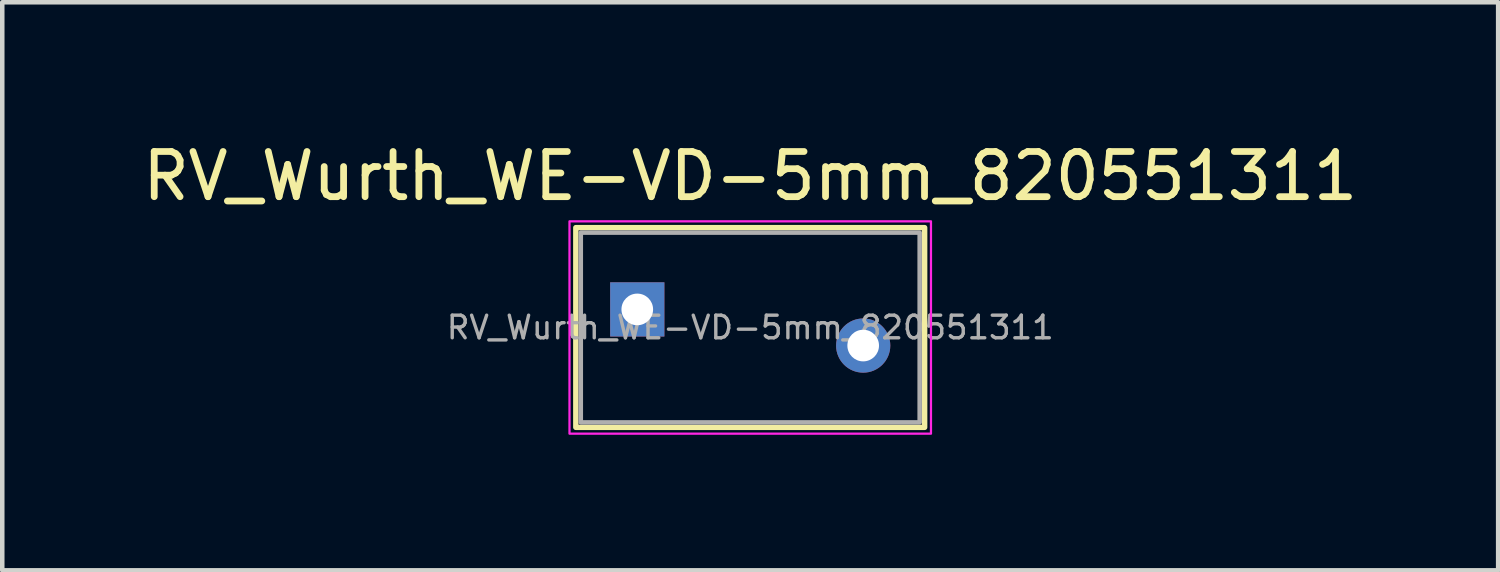
<source format=kicad_pcb>
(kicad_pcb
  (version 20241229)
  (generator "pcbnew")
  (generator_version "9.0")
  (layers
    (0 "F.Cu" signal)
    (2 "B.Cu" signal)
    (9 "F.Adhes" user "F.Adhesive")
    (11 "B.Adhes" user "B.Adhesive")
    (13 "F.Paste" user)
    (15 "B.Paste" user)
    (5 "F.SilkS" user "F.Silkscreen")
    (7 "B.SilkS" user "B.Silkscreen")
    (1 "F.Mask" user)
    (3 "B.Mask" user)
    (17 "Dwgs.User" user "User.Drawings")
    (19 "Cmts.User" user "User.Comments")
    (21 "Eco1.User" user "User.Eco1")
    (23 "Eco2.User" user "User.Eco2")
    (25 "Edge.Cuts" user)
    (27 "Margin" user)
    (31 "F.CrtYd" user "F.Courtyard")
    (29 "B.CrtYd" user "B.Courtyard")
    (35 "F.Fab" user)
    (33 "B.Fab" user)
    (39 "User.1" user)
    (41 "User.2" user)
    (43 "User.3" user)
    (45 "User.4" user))
  (footprint "RV_Wurth_WE-VD-5mm_820551311"
    (layer "F.Cu")
    (at 11.054 3.798)
    (property "Reference" "RV_Wurth_WE-VD-5mm_820551311" (at 2.5 -2.95 0) (unlocked yes) (layer "F.SilkS") (effects (font (size 1 1) (thickness 0.15))))
    (attr through_hole)
    (fp_rect (start -1.36 -1.81) (end 6.36 2.61) (stroke (width 0.12) (type solid)) (fill no) (layer "F.SilkS"))
    (fp_rect (start -1.5 -1.95) (end 6.5 2.75) (stroke (width 0.05) (type solid)) (fill no) (layer "F.CrtYd"))
    (fp_rect (start -1.25 -1.7) (end 6.25 2.5) (stroke (width 0.1) (type solid)) (fill no) (layer "F.Fab"))
    (fp_text user "${REFERENCE}" (at 2.5 0.4 0) (unlocked yes) (layer "F.Fab") (effects (font (size 0.5 0.5) (thickness 0.075))))
    (pad "1" thru_hole rect (at 0 0) (size 1.2 1.2) (drill 0.7) (layers "*.Cu" "*.Mask"))
    (pad "2" thru_hole circle (at 5 0.8) (size 1.2 1.2) (drill 0.7) (layers "*.Cu" "*.Mask")))
  (gr_rect
    (start -3 -3)
    (end 30.107 9.573)
    (stroke (width 0.1) (type default))
    (fill no)
    (layer "Edge.Cuts")))
</source>
